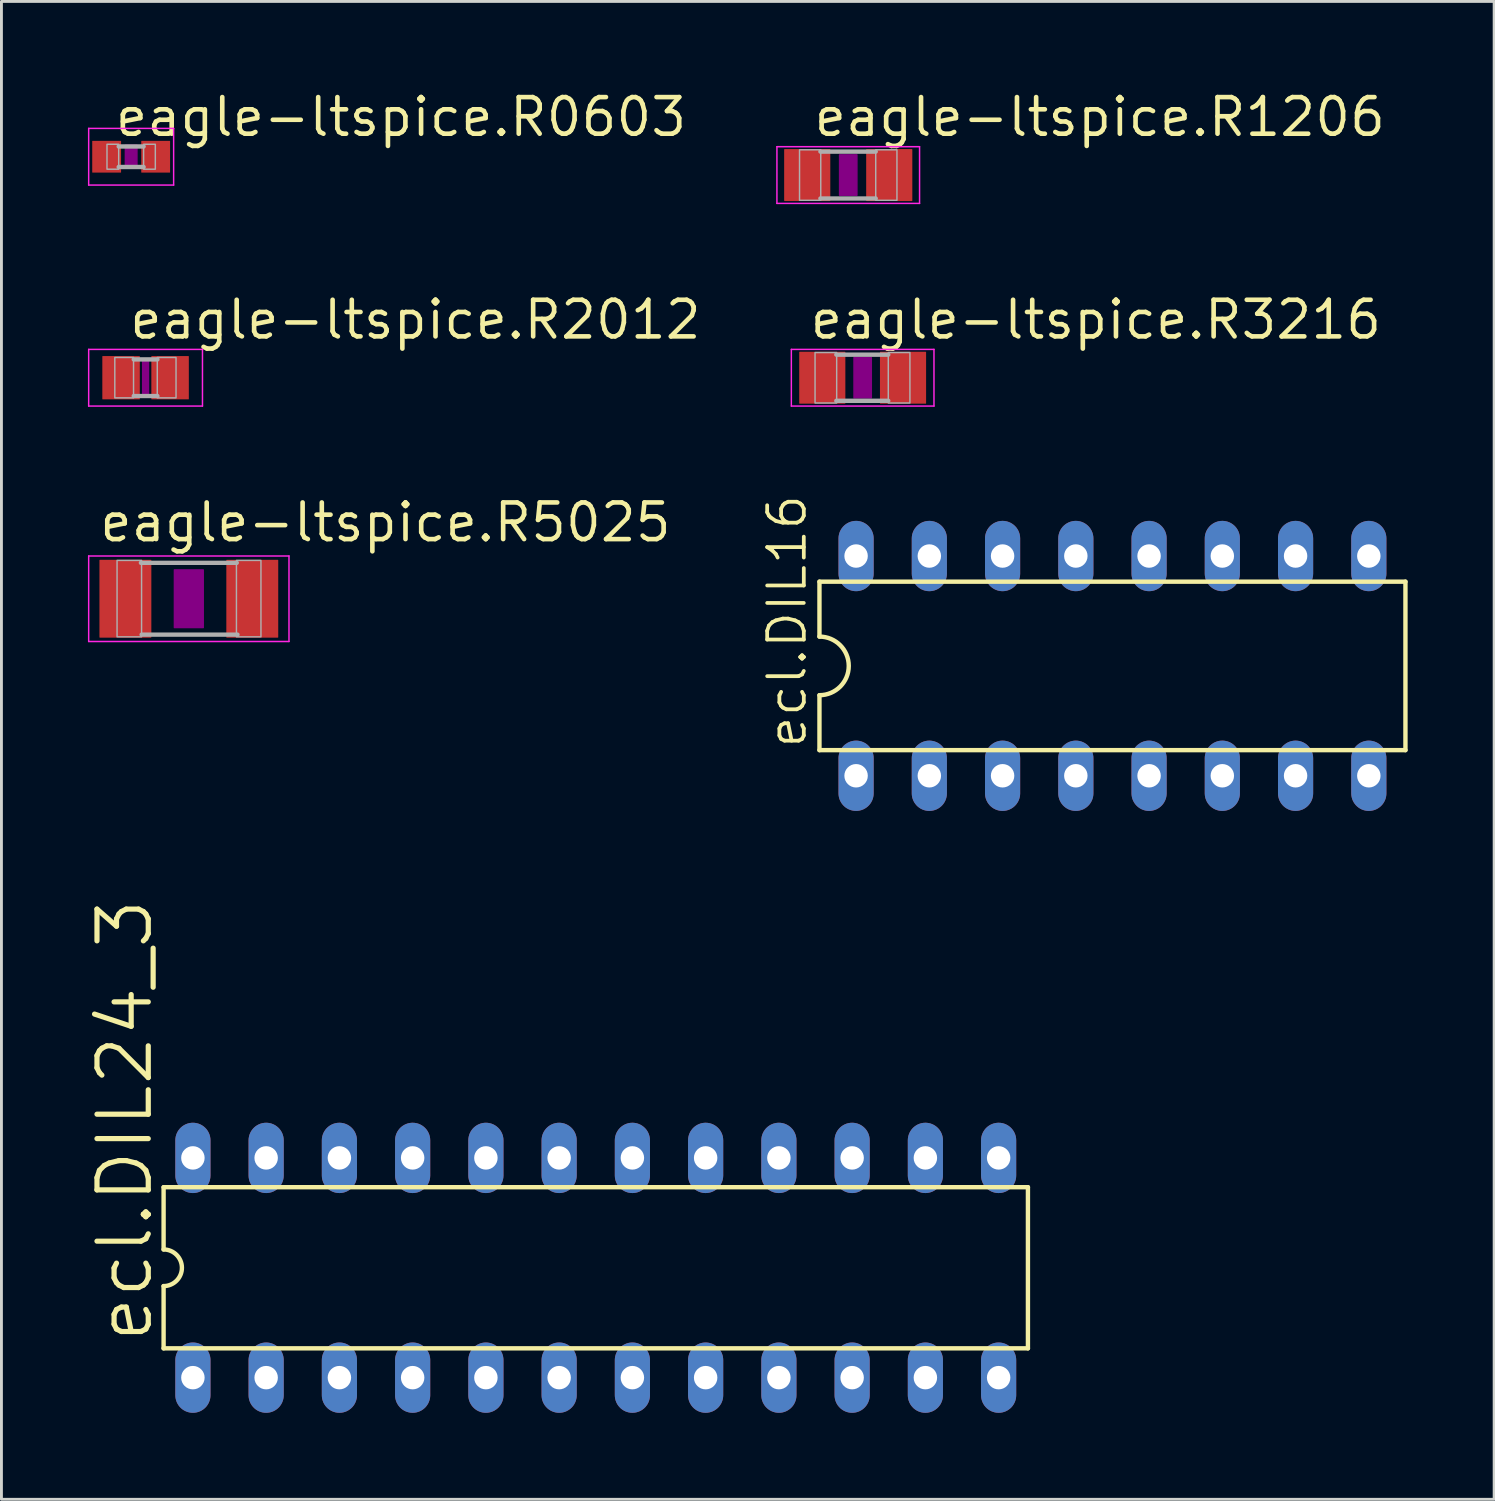
<source format=kicad_pcb>
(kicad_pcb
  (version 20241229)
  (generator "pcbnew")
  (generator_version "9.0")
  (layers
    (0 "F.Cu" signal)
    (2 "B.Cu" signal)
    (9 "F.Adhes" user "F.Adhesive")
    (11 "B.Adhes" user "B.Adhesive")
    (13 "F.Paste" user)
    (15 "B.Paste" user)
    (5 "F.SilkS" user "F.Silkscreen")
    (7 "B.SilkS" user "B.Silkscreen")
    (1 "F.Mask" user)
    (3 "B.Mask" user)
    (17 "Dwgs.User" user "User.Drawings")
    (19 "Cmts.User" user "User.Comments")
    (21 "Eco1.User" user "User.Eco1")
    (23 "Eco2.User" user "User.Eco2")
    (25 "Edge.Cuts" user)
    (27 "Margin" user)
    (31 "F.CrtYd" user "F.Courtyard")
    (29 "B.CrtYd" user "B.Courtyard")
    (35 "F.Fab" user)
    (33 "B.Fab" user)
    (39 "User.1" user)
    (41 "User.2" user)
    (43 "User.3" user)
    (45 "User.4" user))
  (footprint "eagle-ltspice.R1206"
    (layer "F.Cu")
    (at 26.364 3.02)
    (property "Reference" "eagle-ltspice.R1206" (at -1.27 -1.27 0) (layer "F.SilkS") (effects (font (size 1.27 1.27) (thickness 0.16)) (justify left bottom)))
    (attr smd)
    (fp_rect (start -0.3 0.7) (end 0.3 -0.7) (stroke (width 0.05) (type default)) (fill yes) (layer "F.Adhes"))
    (fp_line (start -2.473 -0.983) (end 2.473 -0.983) (stroke (width 0.051) (type default)) (layer "F.CrtYd"))
    (fp_line (start -2.473 0.983) (end -2.473 -0.983) (stroke (width 0.051) (type default)) (layer "F.CrtYd"))
    (fp_line (start 2.473 -0.983) (end 2.473 0.983) (stroke (width 0.051) (type default)) (layer "F.CrtYd"))
    (fp_line (start 2.473 0.983) (end -2.473 0.983) (stroke (width 0.051) (type default)) (layer "F.CrtYd"))
    (fp_line (start 0.953 -0.813) (end -0.965 -0.813) (stroke (width 0.152) (type default)) (layer "F.Fab"))
    (fp_line (start 0.953 0.813) (end -0.965 0.813) (stroke (width 0.152) (type default)) (layer "F.Fab"))
    (fp_rect (start -1.689 0.876) (end -0.953 -0.876) (stroke (width 0.05) (type default)) (fill no) (layer "F.Fab"))
    (fp_rect (start 0.953 0.876) (end 1.689 -0.876) (stroke (width 0.05) (type default)) (fill no) (layer "F.Fab"))
    (pad "1" smd roundrect (at -1.422 0) (size 1.6 1.803) (layers "F.Cu" "F.Mask" "F.Paste") (roundrect_rratio 0.01))
    (pad "2" smd roundrect (at 1.422 0) (size 1.6 1.803) (layers "F.Cu" "F.Mask" "F.Paste") (roundrect_rratio 0.01)))
  (footprint "ecl.DIL16"
    (layer "F.Cu")
    (at 35.526 20.041)
    (property "Reference" "ecl.DIL16" (at -10.541 2.921 90) (layer "F.SilkS") (effects (font (size 1.27 1.27) (thickness 0.13)) (justify left bottom)))
    (attr through_hole)
    (fp_line (start -10.16 -2.921) (end -10.16 -1.016) (stroke (width 0.152) (type default)) (layer "F.SilkS"))
    (fp_line (start -10.16 2.921) (end -10.16 1.016) (stroke (width 0.152) (type default)) (layer "F.SilkS"))
    (fp_line (start -10.16 2.921) (end 10.16 2.921) (stroke (width 0.152) (type default)) (layer "F.SilkS"))
    (fp_line (start 10.16 -2.921) (end -10.16 -2.921) (stroke (width 0.152) (type default)) (layer "F.SilkS"))
    (fp_line (start 10.16 -2.921) (end 10.16 2.921) (stroke (width 0.152) (type default)) (layer "F.SilkS"))
    (fp_arc (start -10.16 -1.016) (mid -9.144 0) (end -10.16 1.016) (stroke (width 0.1524) (type default)) (layer "F.SilkS"))
    (pad "1" thru_hole oval (at -8.89 3.81 90) (size 2.438 1.219) (drill 0.813) (layers "*.Cu" "*.Mask"))
    (pad "2" thru_hole oval (at -6.35 3.81 90) (size 2.438 1.219) (drill 0.813) (layers "*.Cu" "*.Mask"))
    (pad "3" thru_hole oval (at -3.81 3.81 90) (size 2.438 1.219) (drill 0.813) (layers "*.Cu" "*.Mask"))
    (pad "4" thru_hole oval (at -1.27 3.81 90) (size 2.438 1.219) (drill 0.813) (layers "*.Cu" "*.Mask"))
    (pad "5" thru_hole oval (at 1.27 3.81 90) (size 2.438 1.219) (drill 0.813) (layers "*.Cu" "*.Mask"))
    (pad "6" thru_hole oval (at 3.81 3.81 90) (size 2.438 1.219) (drill 0.813) (layers "*.Cu" "*.Mask"))
    (pad "7" thru_hole oval (at 6.35 3.81 90) (size 2.438 1.219) (drill 0.813) (layers "*.Cu" "*.Mask"))
    (pad "8" thru_hole oval (at 8.89 3.81 90) (size 2.438 1.219) (drill 0.813) (layers "*.Cu" "*.Mask"))
    (pad "9" thru_hole oval (at 8.89 -3.81 90) (size 2.438 1.219) (drill 0.813) (layers "*.Cu" "*.Mask"))
    (pad "10" thru_hole oval (at 6.35 -3.81 90) (size 2.438 1.219) (drill 0.813) (layers "*.Cu" "*.Mask"))
    (pad "11" thru_hole oval (at 3.81 -3.81 90) (size 2.438 1.219) (drill 0.813) (layers "*.Cu" "*.Mask"))
    (pad "12" thru_hole oval (at 1.27 -3.81 90) (size 2.438 1.219) (drill 0.813) (layers "*.Cu" "*.Mask"))
    (pad "13" thru_hole oval (at -1.27 -3.81 90) (size 2.438 1.219) (drill 0.813) (layers "*.Cu" "*.Mask"))
    (pad "14" thru_hole oval (at -3.81 -3.81 90) (size 2.438 1.219) (drill 0.813) (layers "*.Cu" "*.Mask"))
    (pad "15" thru_hole oval (at -6.35 -3.81 90) (size 2.438 1.219) (drill 0.813) (layers "*.Cu" "*.Mask"))
    (pad "16" thru_hole oval (at -8.89 -3.81 90) (size 2.438 1.219) (drill 0.813) (layers "*.Cu" "*.Mask")))
  (footprint "ecl.DIL24_3"
    (layer "F.Cu")
    (at 17.609 40.912)
    (property "Reference" "ecl.DIL24_3" (at -15.291 2.667 90) (layer "F.SilkS") (effects (font (size 1.778 1.778) (thickness 0.18)) (justify left bottom)))
    (attr through_hole)
    (fp_line (start -14.986 -2.794) (end -14.986 -0.635) (stroke (width 0.152) (type default)) (layer "F.SilkS"))
    (fp_line (start -14.986 -2.794) (end 14.986 -2.794) (stroke (width 0.152) (type default)) (layer "F.SilkS"))
    (fp_line (start -14.986 0.635) (end -14.986 2.794) (stroke (width 0.152) (type default)) (layer "F.SilkS"))
    (fp_line (start -14.986 2.794) (end 14.986 2.794) (stroke (width 0.152) (type default)) (layer "F.SilkS"))
    (fp_line (start 14.986 2.794) (end 14.986 -2.794) (stroke (width 0.152) (type default)) (layer "F.SilkS"))
    (fp_arc (start -14.986 -0.635) (mid -14.351 0) (end -14.986 0.635) (stroke (width 0.1524) (type default)) (layer "F.SilkS"))
    (pad "1" thru_hole oval (at -13.97 3.81 90) (size 2.438 1.219) (drill 0.813) (layers "*.Cu" "*.Mask"))
    (pad "2" thru_hole oval (at -11.43 3.81 90) (size 2.438 1.219) (drill 0.813) (layers "*.Cu" "*.Mask"))
    (pad "3" thru_hole oval (at -8.89 3.81 90) (size 2.438 1.219) (drill 0.813) (layers "*.Cu" "*.Mask"))
    (pad "4" thru_hole oval (at -6.35 3.81 90) (size 2.438 1.219) (drill 0.813) (layers "*.Cu" "*.Mask"))
    (pad "5" thru_hole oval (at -3.81 3.81 90) (size 2.438 1.219) (drill 0.813) (layers "*.Cu" "*.Mask"))
    (pad "6" thru_hole oval (at -1.27 3.81 90) (size 2.438 1.219) (drill 0.813) (layers "*.Cu" "*.Mask"))
    (pad "7" thru_hole oval (at 1.27 3.81 90) (size 2.438 1.219) (drill 0.813) (layers "*.Cu" "*.Mask"))
    (pad "8" thru_hole oval (at 3.81 3.81 90) (size 2.438 1.219) (drill 0.813) (layers "*.Cu" "*.Mask"))
    (pad "9" thru_hole oval (at 6.35 3.81 90) (size 2.438 1.219) (drill 0.813) (layers "*.Cu" "*.Mask"))
    (pad "10" thru_hole oval (at 8.89 3.81 90) (size 2.438 1.219) (drill 0.813) (layers "*.Cu" "*.Mask"))
    (pad "11" thru_hole oval (at 11.43 3.81 90) (size 2.438 1.219) (drill 0.813) (layers "*.Cu" "*.Mask"))
    (pad "12" thru_hole oval (at 13.97 3.81 90) (size 2.438 1.219) (drill 0.813) (layers "*.Cu" "*.Mask"))
    (pad "13" thru_hole oval (at 13.97 -3.81 90) (size 2.438 1.219) (drill 0.813) (layers "*.Cu" "*.Mask"))
    (pad "14" thru_hole oval (at 11.43 -3.81 90) (size 2.438 1.219) (drill 0.813) (layers "*.Cu" "*.Mask"))
    (pad "15" thru_hole oval (at 8.89 -3.81 90) (size 2.438 1.219) (drill 0.813) (layers "*.Cu" "*.Mask"))
    (pad "16" thru_hole oval (at 6.35 -3.81 90) (size 2.438 1.219) (drill 0.813) (layers "*.Cu" "*.Mask"))
    (pad "17" thru_hole oval (at 3.81 -3.81 90) (size 2.438 1.219) (drill 0.813) (layers "*.Cu" "*.Mask"))
    (pad "18" thru_hole oval (at 1.27 -3.81 90) (size 2.438 1.219) (drill 0.813) (layers "*.Cu" "*.Mask"))
    (pad "19" thru_hole oval (at -1.27 -3.81 90) (size 2.438 1.219) (drill 0.813) (layers "*.Cu" "*.Mask"))
    (pad "20" thru_hole oval (at -3.81 -3.81 90) (size 2.438 1.219) (drill 0.813) (layers "*.Cu" "*.Mask"))
    (pad "21" thru_hole oval (at -6.35 -3.81 90) (size 2.438 1.219) (drill 0.813) (layers "*.Cu" "*.Mask"))
    (pad "22" thru_hole oval (at -8.89 -3.81 90) (size 2.438 1.219) (drill 0.813) (layers "*.Cu" "*.Mask"))
    (pad "23" thru_hole oval (at -11.43 -3.81 90) (size 2.438 1.219) (drill 0.813) (layers "*.Cu" "*.Mask"))
    (pad "24" thru_hole oval (at -13.97 -3.81 90) (size 2.438 1.219) (drill 0.813) (layers "*.Cu" "*.Mask")))
  (footprint "eagle-ltspice.R2012"
    (layer "F.Cu")
    (at 1.998 10.048)
    (property "Reference" "eagle-ltspice.R2012" (at -0.635 -1.27 0) (layer "F.SilkS") (effects (font (size 1.27 1.27) (thickness 0.16)) (justify left bottom)))
    (attr smd)
    (fp_rect (start -0.1 0.6) (end 0.1 -0.6) (stroke (width 0.05) (type default)) (fill yes) (layer "F.Adhes"))
    (fp_line (start -1.973 -0.983) (end 1.973 -0.983) (stroke (width 0.051) (type default)) (layer "F.CrtYd"))
    (fp_line (start -1.973 0.983) (end -1.973 -0.983) (stroke (width 0.051) (type default)) (layer "F.CrtYd"))
    (fp_line (start 1.973 -0.983) (end 1.973 0.983) (stroke (width 0.051) (type default)) (layer "F.CrtYd"))
    (fp_line (start 1.973 0.983) (end -1.973 0.983) (stroke (width 0.051) (type default)) (layer "F.CrtYd"))
    (fp_line (start -0.41 -0.635) (end 0.41 -0.635) (stroke (width 0.152) (type default)) (layer "F.Fab"))
    (fp_line (start -0.41 0.635) (end 0.41 0.635) (stroke (width 0.152) (type default)) (layer "F.Fab"))
    (fp_rect (start -1.067 0.699) (end -0.417 -0.702) (stroke (width 0.05) (type default)) (fill no) (layer "F.Fab"))
    (fp_rect (start 0.406 0.699) (end 1.056 -0.702) (stroke (width 0.05) (type default)) (fill no) (layer "F.Fab"))
    (pad "1" smd roundrect (at -0.85 0) (size 1.3 1.5) (layers "F.Cu" "F.Mask" "F.Paste") (roundrect_rratio 0.01))
    (pad "2" smd roundrect (at 0.85 0) (size 1.3 1.5) (layers "F.Cu" "F.Mask" "F.Paste") (roundrect_rratio 0.01)))
  (footprint "eagle-ltspice.R3216"
    (layer "F.Cu")
    (at 26.864 10.048)
    (property "Reference" "eagle-ltspice.R3216" (at -1.905 -1.27 0) (layer "F.SilkS") (effects (font (size 1.27 1.27) (thickness 0.16)) (justify left bottom)))
    (attr smd)
    (fp_rect (start -0.3 0.7) (end 0.3 -0.7) (stroke (width 0.05) (type default)) (fill yes) (layer "F.Adhes"))
    (fp_line (start -2.473 -0.983) (end 2.473 -0.983) (stroke (width 0.051) (type default)) (layer "F.CrtYd"))
    (fp_line (start -2.473 0.983) (end -2.473 -0.983) (stroke (width 0.051) (type default)) (layer "F.CrtYd"))
    (fp_line (start 2.473 -0.983) (end 2.473 0.983) (stroke (width 0.051) (type default)) (layer "F.CrtYd"))
    (fp_line (start 2.473 0.983) (end -2.473 0.983) (stroke (width 0.051) (type default)) (layer "F.CrtYd"))
    (fp_line (start -0.913 -0.8) (end 0.888 -0.8) (stroke (width 0.152) (type default)) (layer "F.Fab"))
    (fp_line (start -0.913 0.8) (end 0.888 0.8) (stroke (width 0.152) (type default)) (layer "F.Fab"))
    (fp_rect (start -1.651 0.876) (end -0.901 -0.874) (stroke (width 0.05) (type default)) (fill no) (layer "F.Fab"))
    (fp_rect (start 0.889 0.876) (end 1.639 -0.874) (stroke (width 0.05) (type default)) (fill no) (layer "F.Fab"))
    (pad "1" smd roundrect (at -1.4 0) (size 1.6 1.8) (layers "F.Cu" "F.Mask" "F.Paste") (roundrect_rratio 0.01))
    (pad "2" smd roundrect (at 1.4 0) (size 1.6 1.8) (layers "F.Cu" "F.Mask" "F.Paste") (roundrect_rratio 0.01)))
  (footprint "eagle-ltspice.R0603"
    (layer "F.Cu")
    (at 1.498 2.385)
    (property "Reference" "eagle-ltspice.R0603" (at -0.635 -0.635 0) (layer "F.SilkS") (effects (font (size 1.27 1.27) (thickness 0.16)) (justify left bottom)))
    (attr smd)
    (fp_rect (start -0.2 0.4) (end 0.2 -0.4) (stroke (width 0.05) (type default)) (fill yes) (layer "F.Adhes"))
    (fp_line (start -1.473 -0.983) (end 1.473 -0.983) (stroke (width 0.051) (type default)) (layer "F.CrtYd"))
    (fp_line (start -1.473 0.983) (end -1.473 -0.983) (stroke (width 0.051) (type default)) (layer "F.CrtYd"))
    (fp_line (start 1.473 -0.983) (end 1.473 0.983) (stroke (width 0.051) (type default)) (layer "F.CrtYd"))
    (fp_line (start 1.473 0.983) (end -1.473 0.983) (stroke (width 0.051) (type default)) (layer "F.CrtYd"))
    (fp_line (start -0.432 0.356) (end 0.432 0.356) (stroke (width 0.152) (type default)) (layer "F.Fab"))
    (fp_line (start 0.432 -0.356) (end -0.432 -0.356) (stroke (width 0.152) (type default)) (layer "F.Fab"))
    (fp_rect (start -0.838 0.432) (end -0.432 -0.432) (stroke (width 0.05) (type default)) (fill no) (layer "F.Fab"))
    (fp_rect (start 0.432 0.432) (end 0.838 -0.432) (stroke (width 0.05) (type default)) (fill no) (layer "F.Fab"))
    (pad "1" smd roundrect (at -0.85 0) (size 1 1.1) (layers "F.Cu" "F.Mask" "F.Paste") (roundrect_rratio 0.01))
    (pad "2" smd roundrect (at 0.85 0) (size 1 1.1) (layers "F.Cu" "F.Mask" "F.Paste") (roundrect_rratio 0.01)))
  (footprint "eagle-ltspice.R5025"
    (layer "F.Cu")
    (at 3.498 17.712)
    (property "Reference" "eagle-ltspice.R5025" (at -3.175 -1.905 0) (layer "F.SilkS") (effects (font (size 1.27 1.27) (thickness 0.16)) (justify left bottom)))
    (attr smd)
    (fp_rect (start -0.5 1) (end 0.5 -1) (stroke (width 0.05) (type default)) (fill yes) (layer "F.Adhes"))
    (fp_line (start -3.473 -1.483) (end 3.473 -1.483) (stroke (width 0.051) (type default)) (layer "F.CrtYd"))
    (fp_line (start -3.473 1.483) (end -3.473 -1.483) (stroke (width 0.051) (type default)) (layer "F.CrtYd"))
    (fp_line (start 3.473 -1.483) (end 3.473 1.483) (stroke (width 0.051) (type default)) (layer "F.CrtYd"))
    (fp_line (start 3.473 1.483) (end -3.473 1.483) (stroke (width 0.051) (type default)) (layer "F.CrtYd"))
    (fp_line (start -1.662 -1.245) (end 1.662 -1.245) (stroke (width 0.152) (type default)) (layer "F.Fab"))
    (fp_line (start -1.637 1.245) (end 1.687 1.245) (stroke (width 0.152) (type default)) (layer "F.Fab"))
    (fp_rect (start -2.489 1.321) (end -1.639 -1.329) (stroke (width 0.05) (type default)) (fill no) (layer "F.Fab"))
    (fp_rect (start 1.651 1.321) (end 2.501 -1.329) (stroke (width 0.05) (type default)) (fill no) (layer "F.Fab"))
    (pad "1" smd roundrect (at -2.2 0) (size 1.8 2.7) (layers "F.Cu" "F.Mask" "F.Paste") (roundrect_rratio 0.01))
    (pad "2" smd roundrect (at 2.2 0) (size 1.8 2.7) (layers "F.Cu" "F.Mask" "F.Paste") (roundrect_rratio 0.01)))
  (gr_rect
    (start -3 -3)
    (end 48.762 48.941)
    (stroke (width 0.1) (type default))
    (fill no)
    (layer "Edge.Cuts")))
</source>
